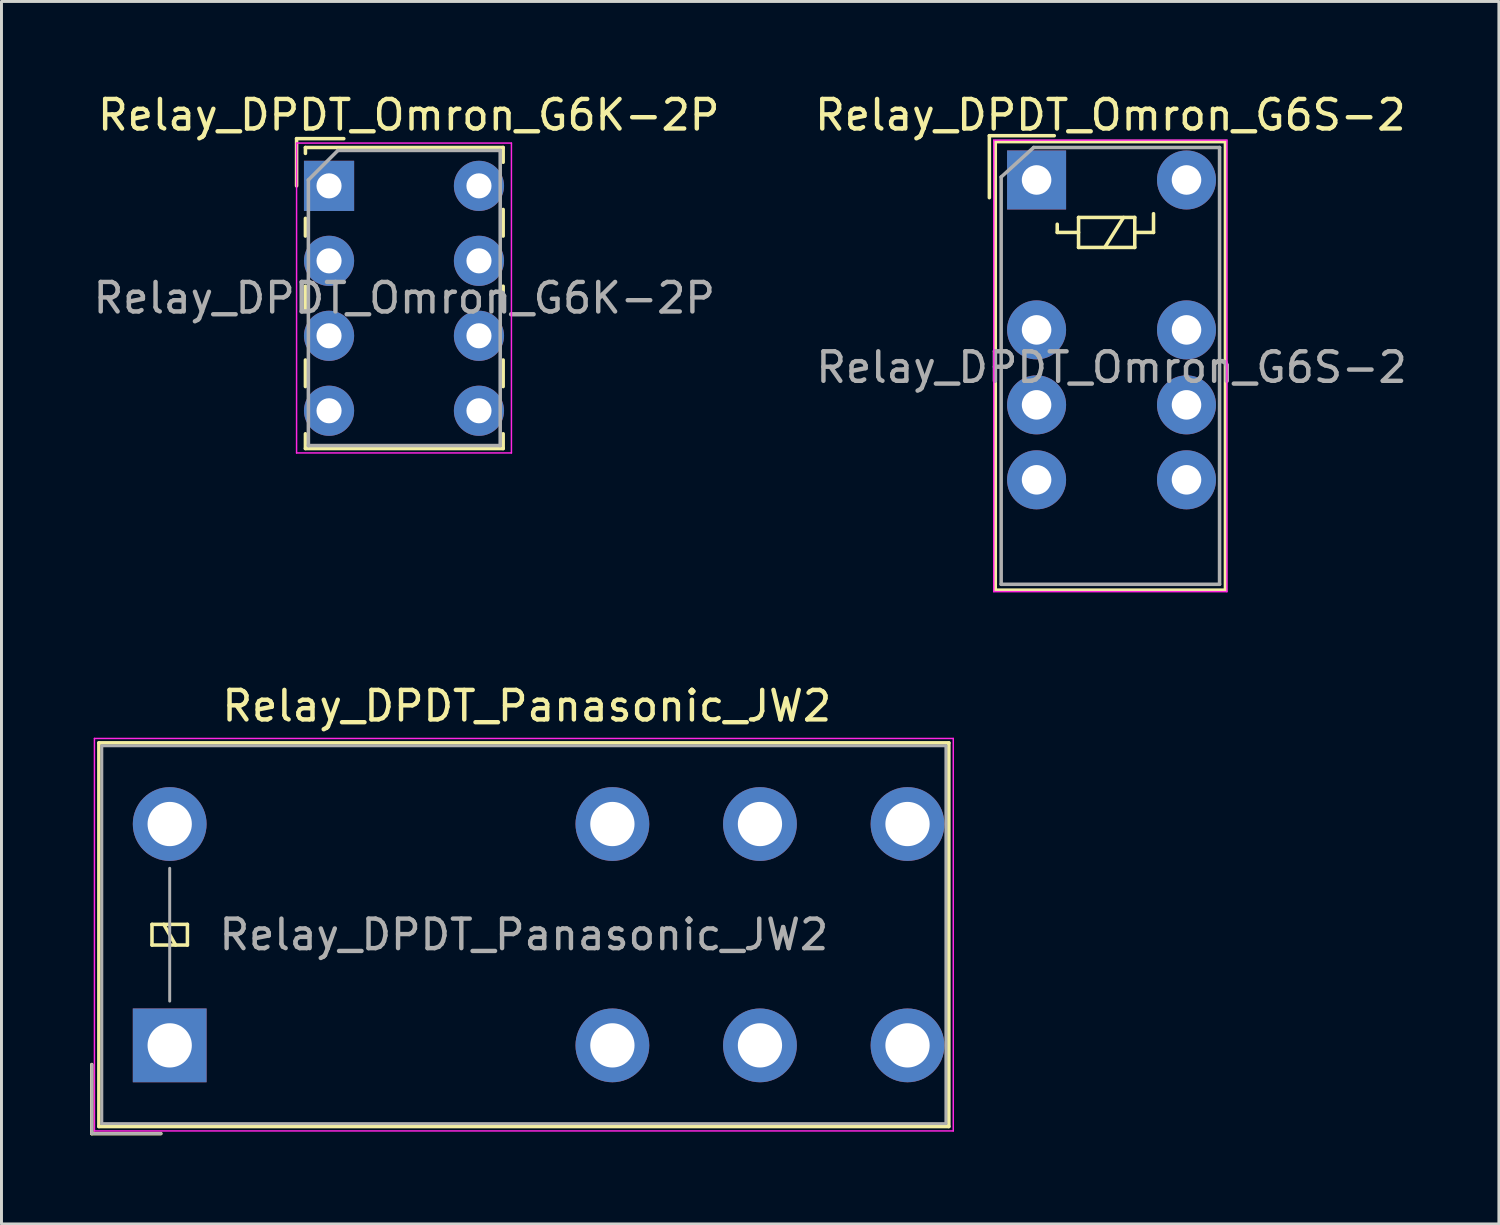
<source format=kicad_pcb>
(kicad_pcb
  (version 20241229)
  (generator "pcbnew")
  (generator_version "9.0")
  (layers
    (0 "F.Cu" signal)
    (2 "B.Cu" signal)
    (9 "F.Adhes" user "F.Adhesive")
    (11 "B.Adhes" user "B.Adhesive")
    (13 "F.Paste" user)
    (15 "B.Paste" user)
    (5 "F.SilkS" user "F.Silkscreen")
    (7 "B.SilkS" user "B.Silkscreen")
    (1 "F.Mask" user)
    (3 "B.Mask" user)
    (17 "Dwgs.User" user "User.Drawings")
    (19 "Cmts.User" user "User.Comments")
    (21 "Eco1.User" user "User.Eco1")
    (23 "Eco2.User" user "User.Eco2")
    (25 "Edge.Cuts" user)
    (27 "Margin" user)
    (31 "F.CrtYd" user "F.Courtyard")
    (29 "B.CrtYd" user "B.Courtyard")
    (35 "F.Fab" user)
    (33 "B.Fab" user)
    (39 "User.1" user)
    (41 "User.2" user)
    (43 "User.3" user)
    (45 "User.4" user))
  (footprint "Relay_DPDT_Omron_G6S-2"
    (layer "F.Cu")
    (at 32.073 3.048)
    (property "Reference" "Relay_DPDT_Omron_G6S-2" (at 2.5 -2.2 0) (layer "F.SilkS") (effects (font (size 1 1) (thickness 0.15))))
    (attr through_hole)
    (fp_line (start -1.6 -1.5) (end 0.6 -1.5) (stroke (width 0.12) (type solid)) (layer "F.SilkS"))
    (fp_line (start -1.6 0.6) (end -1.6 -1.5) (stroke (width 0.12) (type solid)) (layer "F.SilkS"))
    (fp_line (start -1.4 -1.3) (end 6.4 -1.3) (stroke (width 0.12) (type solid)) (layer "F.SilkS"))
    (fp_line (start -1.4 13.9) (end -1.4 -1.3) (stroke (width 0.12) (type solid)) (layer "F.SilkS"))
    (fp_line (start 0.7 1.5) (end 0.7 1.778) (stroke (width 0.12) (type solid)) (layer "F.SilkS"))
    (fp_line (start 0.7 1.778) (end 1.422 1.778) (stroke (width 0.12) (type solid)) (layer "F.SilkS"))
    (fp_line (start 1.422 1.27) (end 1.422 2.286) (stroke (width 0.12) (type solid)) (layer "F.SilkS"))
    (fp_line (start 1.422 2.286) (end 3.327 2.286) (stroke (width 0.12) (type solid)) (layer "F.SilkS"))
    (fp_line (start 2.946 1.27) (end 2.311 2.286) (stroke (width 0.12) (type solid)) (layer "F.SilkS"))
    (fp_line (start 3.327 1.27) (end 1.422 1.27) (stroke (width 0.12) (type solid)) (layer "F.SilkS"))
    (fp_line (start 3.327 1.27) (end 3.327 2.286) (stroke (width 0.12) (type solid)) (layer "F.SilkS"))
    (fp_line (start 3.962 1.143) (end 3.962 1.778) (stroke (width 0.12) (type solid)) (layer "F.SilkS"))
    (fp_line (start 3.962 1.778) (end 3.327 1.778) (stroke (width 0.12) (type solid)) (layer "F.SilkS"))
    (fp_line (start 6.4 -1.3) (end 6.4 13.9) (stroke (width 0.12) (type solid)) (layer "F.SilkS"))
    (fp_line (start 6.4 13.9) (end -1.4 13.9) (stroke (width 0.12) (type solid)) (layer "F.SilkS"))
    (fp_line (start -1.45 -1.35) (end -1.45 13.95) (stroke (width 0.05) (type solid)) (layer "F.CrtYd"))
    (fp_line (start -1.45 -1.35) (end 6.45 -1.35) (stroke (width 0.05) (type solid)) (layer "F.CrtYd"))
    (fp_line (start 6.45 13.95) (end -1.45 13.95) (stroke (width 0.05) (type solid)) (layer "F.CrtYd"))
    (fp_line (start 6.45 13.95) (end 6.45 -1.35) (stroke (width 0.05) (type solid)) (layer "F.CrtYd"))
    (fp_line (start -1.2 -0.1) (end -0.1 -1.1) (stroke (width 0.12) (type solid)) (layer "F.Fab"))
    (fp_line (start -1.2 13.7) (end -1.2 -0.1) (stroke (width 0.12) (type solid)) (layer "F.Fab"))
    (fp_line (start -0.1 -1.1) (end 6.2 -1.1) (stroke (width 0.12) (type solid)) (layer "F.Fab"))
    (fp_line (start 6.2 -1.1) (end 6.2 13.7) (stroke (width 0.12) (type solid)) (layer "F.Fab"))
    (fp_line (start 6.2 13.7) (end -1.2 13.7) (stroke (width 0.12) (type solid)) (layer "F.Fab"))
    (fp_text user "${REFERENCE}" (at 2.54 6.35 0) (layer "F.Fab") (effects (font (size 1 1) (thickness 0.15))))
    (pad "1" thru_hole rect (at 0 0) (size 2 2) (drill 1) (layers "*.Cu" "*.Mask"))
    (pad "3" thru_hole circle (at 0 5.08) (size 2 2) (drill 1) (layers "*.Cu" "*.Mask"))
    (pad "4" thru_hole circle (at 0 7.62 270) (size 2 2) (drill 1) (layers "*.Cu" "*.Mask"))
    (pad "5" thru_hole circle (at 0 10.16) (size 2 2) (drill 1) (layers "*.Cu" "*.Mask"))
    (pad "8" thru_hole circle (at 5.08 10.16) (size 2 2) (drill 1) (layers "*.Cu" "*.Mask"))
    (pad "9" thru_hole circle (at 5.08 7.62 270) (size 2 2) (drill 1) (layers "*.Cu" "*.Mask"))
    (pad "10" thru_hole circle (at 5.08 5.08) (size 2 2) (drill 1) (layers "*.Cu" "*.Mask"))
    (pad "12" thru_hole circle (at 5.08 0) (size 2 2) (drill 1) (layers "*.Cu" "*.Mask")))
  (footprint "Relay_DPDT_Panasonic_JW2"
    (layer "F.Cu")
    (at 2.7 32.371)
    (property "Reference" "Relay_DPDT_Panasonic_JW2" (at 12.1 -11.5 180) (layer "F.SilkS") (effects (font (size 1 1) (thickness 0.15))))
    (attr through_hole)
    (fp_line (start -2.64 2.99) (end -2.64 0.65) (stroke (width 0.12) (type solid)) (layer "F.SilkS"))
    (fp_line (start -2.4 -10.25) (end -2.4 2.75) (stroke (width 0.12) (type solid)) (layer "F.SilkS"))
    (fp_line (start -2.4 2.75) (end 26.4 2.75) (stroke (width 0.12) (type solid)) (layer "F.SilkS"))
    (fp_line (start -0.6 -4.1) (end -0.6 -3.4) (stroke (width 0.12) (type solid)) (layer "F.SilkS"))
    (fp_line (start -0.6 -3.4) (end 0.6 -3.4) (stroke (width 0.12) (type solid)) (layer "F.SilkS"))
    (fp_line (start -0.3 2.99) (end -2.64 2.99) (stroke (width 0.12) (type solid)) (layer "F.SilkS"))
    (fp_line (start 0.2 -3.4) (end -0.2 -4.1) (stroke (width 0.12) (type solid)) (layer "F.SilkS"))
    (fp_line (start 0.6 -4.1) (end -0.6 -4.1) (stroke (width 0.12) (type solid)) (layer "F.SilkS"))
    (fp_line (start 0.6 -3.4) (end 0.6 -4.1) (stroke (width 0.12) (type solid)) (layer "F.SilkS"))
    (fp_line (start 26.4 -10.25) (end -2.4 -10.25) (stroke (width 0.12) (type solid)) (layer "F.SilkS"))
    (fp_line (start 26.4 2.75) (end 26.4 -10.25) (stroke (width 0.12) (type solid)) (layer "F.SilkS"))
    (fp_line (start -2.55 -10.4) (end -2.55 2.9) (stroke (width 0.05) (type solid)) (layer "F.CrtYd"))
    (fp_line (start -2.55 2.9) (end 26.55 2.9) (stroke (width 0.05) (type solid)) (layer "F.CrtYd"))
    (fp_line (start 26.55 -10.4) (end -2.55 -10.4) (stroke (width 0.05) (type solid)) (layer "F.CrtYd"))
    (fp_line (start 26.55 2.9) (end 26.55 -10.4) (stroke (width 0.05) (type solid)) (layer "F.CrtYd"))
    (fp_line (start -2.64 2.99) (end -2.64 0.65) (stroke (width 0.1) (type solid)) (layer "F.Fab"))
    (fp_line (start -2.3 -10.15) (end -2.3 2.65) (stroke (width 0.1) (type solid)) (layer "F.Fab"))
    (fp_line (start -2.3 2.65) (end 26.3 2.65) (stroke (width 0.1) (type solid)) (layer "F.Fab"))
    (fp_line (start -0.3 2.99) (end -2.64 2.99) (stroke (width 0.1) (type solid)) (layer "F.Fab"))
    (fp_line (start 0 -1.5) (end 0 -6) (stroke (width 0.1) (type solid)) (layer "F.Fab"))
    (fp_line (start 26.3 -10.15) (end -2.3 -10.15) (stroke (width 0.1) (type solid)) (layer "F.Fab"))
    (fp_line (start 26.3 2.65) (end 26.3 -10.15) (stroke (width 0.1) (type solid)) (layer "F.Fab"))
    (fp_text user "${REFERENCE}" (at 12 -3.75 180) (layer "F.Fab") (effects (font (size 1 1) (thickness 0.15))))
    (pad "1" thru_hole rect (at 0 0 90) (size 2.5 2.5) (drill 1.5) (layers "*.Cu" "*.Mask"))
    (pad "2" thru_hole oval (at 15 0 90) (size 2.5 2.5) (drill 1.5) (layers "*.Cu" "*.Mask"))
    (pad "3" thru_hole oval (at 20 0 90) (size 2.5 2.5) (drill 1.5) (layers "*.Cu" "*.Mask"))
    (pad "4" thru_hole oval (at 25 0 90) (size 2.5 2.5) (drill 1.5) (layers "*.Cu" "*.Mask"))
    (pad "5" thru_hole oval (at 25 -7.5 90) (size 2.5 2.5) (drill 1.5) (layers "*.Cu" "*.Mask"))
    (pad "6" thru_hole oval (at 20 -7.5 90) (size 2.5 2.5) (drill 1.5) (layers "*.Cu" "*.Mask"))
    (pad "7" thru_hole oval (at 15 -7.5 90) (size 2.5 2.5) (drill 1.5) (layers "*.Cu" "*.Mask"))
    (pad "8" thru_hole oval (at 0 -7.5 90) (size 2.5 2.5) (drill 1.5) (layers "*.Cu" "*.Mask")))
  (footprint "Relay_DPDT_Omron_G6K-2P"
    (layer "F.Cu")
    (at 8.099 3.248)
    (property "Reference" "Relay_DPDT_Omron_G6K-2P" (at 2.7 -2.4 0) (layer "F.SilkS") (effects (font (size 1 1) (thickness 0.15))))
    (attr through_hole)
    (fp_line (start -1.1 -1.6) (end 0.5 -1.6) (stroke (width 0.12) (type solid)) (layer "F.SilkS"))
    (fp_line (start -1.1 0) (end -1.1 -1.6) (stroke (width 0.12) (type solid)) (layer "F.SilkS"))
    (fp_line (start -0.8 -1.3) (end -0.8 -1.1) (stroke (width 0.12) (type solid)) (layer "F.SilkS"))
    (fp_line (start -0.8 -1.3) (end 5.9 -1.3) (stroke (width 0.12) (type solid)) (layer "F.SilkS"))
    (fp_line (start -0.8 1.7) (end -0.8 1.1) (stroke (width 0.12) (type solid)) (layer "F.SilkS"))
    (fp_line (start -0.8 4.2) (end -0.8 3.4) (stroke (width 0.12) (type solid)) (layer "F.SilkS"))
    (fp_line (start -0.8 6.8) (end -0.8 5.9) (stroke (width 0.12) (type solid)) (layer "F.SilkS"))
    (fp_line (start -0.8 8.9) (end -0.8 8.4) (stroke (width 0.12) (type solid)) (layer "F.SilkS"))
    (fp_line (start 5.9 -1.3) (end 5.9 -0.8) (stroke (width 0.12) (type solid)) (layer "F.SilkS"))
    (fp_line (start 5.9 0.8) (end 5.9 1.7) (stroke (width 0.12) (type solid)) (layer "F.SilkS"))
    (fp_line (start 5.9 3.4) (end 5.9 4.2) (stroke (width 0.12) (type solid)) (layer "F.SilkS"))
    (fp_line (start 5.9 5.9) (end 5.9 6.8) (stroke (width 0.12) (type solid)) (layer "F.SilkS"))
    (fp_line (start 5.9 8.4) (end 5.9 8.9) (stroke (width 0.12) (type solid)) (layer "F.SilkS"))
    (fp_line (start 5.9 8.9) (end -0.8 8.9) (stroke (width 0.12) (type solid)) (layer "F.SilkS"))
    (fp_line (start -1.1 -1.45) (end -1.1 9.05) (stroke (width 0.05) (type solid)) (layer "F.CrtYd"))
    (fp_line (start -1.1 -1.45) (end 6.18 -1.45) (stroke (width 0.05) (type solid)) (layer "F.CrtYd"))
    (fp_line (start 6.18 9.05) (end -1.1 9.05) (stroke (width 0.05) (type solid)) (layer "F.CrtYd"))
    (fp_line (start 6.18 9.05) (end 6.18 -1.45) (stroke (width 0.05) (type solid)) (layer "F.CrtYd"))
    (fp_line (start -0.7 -0.2) (end 0.3 -1.2) (stroke (width 0.12) (type solid)) (layer "F.Fab"))
    (fp_line (start -0.7 8.8) (end -0.7 -0.2) (stroke (width 0.12) (type solid)) (layer "F.Fab"))
    (fp_line (start 0.3 -1.2) (end 5.8 -1.2) (stroke (width 0.12) (type solid)) (layer "F.Fab"))
    (fp_line (start 5.8 -1.2) (end 5.8 8.8) (stroke (width 0.12) (type solid)) (layer "F.Fab"))
    (fp_line (start 5.8 8.8) (end -0.7 8.8) (stroke (width 0.12) (type solid)) (layer "F.Fab"))
    (fp_text user "${REFERENCE}" (at 2.55 3.8 0) (layer "F.Fab") (effects (font (size 1 1) (thickness 0.15))))
    (pad "1" thru_hole rect (at 0 0) (size 1.7 1.7) (drill 0.85) (layers "*.Cu" "*.Mask"))
    (pad "2" thru_hole circle (at 0 2.54) (size 1.7 1.7) (drill 0.85) (layers "*.Cu" "*.Mask"))
    (pad "3" thru_hole circle (at 0 5.08) (size 1.7 1.7) (drill 0.85) (layers "*.Cu" "*.Mask"))
    (pad "4" thru_hole circle (at 0 7.62) (size 1.7 1.7) (drill 0.85) (layers "*.Cu" "*.Mask"))
    (pad "5" thru_hole circle (at 5.08 7.62) (size 1.7 1.7) (drill 0.85) (layers "*.Cu" "*.Mask"))
    (pad "6" thru_hole circle (at 5.08 5.08) (size 1.7 1.7) (drill 0.85) (layers "*.Cu" "*.Mask"))
    (pad "7" thru_hole circle (at 5.08 2.54) (size 1.7 1.7) (drill 0.85) (layers "*.Cu" "*.Mask"))
    (pad "8" thru_hole circle (at 5.08 0) (size 1.7 1.7) (drill 0.85) (layers "*.Cu" "*.Mask")))
  (gr_rect
    (start -3 -3)
    (end 47.738 38.422)
    (stroke (width 0.1) (type default))
    (fill no)
    (layer "Edge.Cuts")))
</source>
